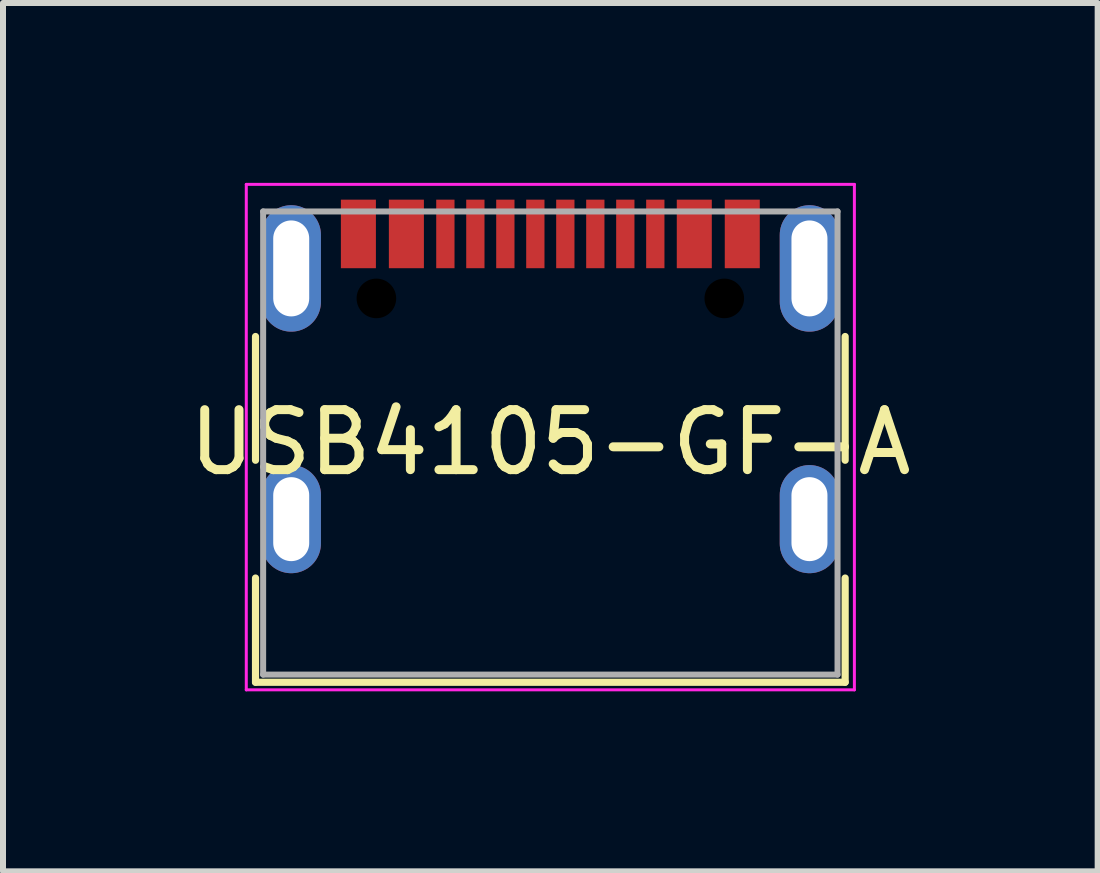
<source format=kicad_pcb>
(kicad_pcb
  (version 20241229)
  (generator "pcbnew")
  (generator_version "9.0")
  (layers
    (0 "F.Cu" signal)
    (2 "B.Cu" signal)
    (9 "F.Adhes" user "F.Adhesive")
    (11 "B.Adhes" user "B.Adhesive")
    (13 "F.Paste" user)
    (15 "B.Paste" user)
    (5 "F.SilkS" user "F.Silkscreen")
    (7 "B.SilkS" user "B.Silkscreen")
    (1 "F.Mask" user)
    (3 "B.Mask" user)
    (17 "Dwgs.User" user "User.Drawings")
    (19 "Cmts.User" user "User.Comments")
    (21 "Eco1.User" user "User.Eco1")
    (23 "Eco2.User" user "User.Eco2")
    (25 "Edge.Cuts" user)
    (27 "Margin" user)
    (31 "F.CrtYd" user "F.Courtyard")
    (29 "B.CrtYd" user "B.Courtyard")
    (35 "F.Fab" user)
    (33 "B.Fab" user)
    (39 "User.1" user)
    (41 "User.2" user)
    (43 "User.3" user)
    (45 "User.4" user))
  (footprint "USB4105-GF-A"
    (layer "F.Cu")
    (at 6.125 1.425)
    (property "Reference" "USB4105-GF-A" (at 0 2.9 0) (layer "F.SilkS") (effects (font (size 1 1) (thickness 0.15))))
    (attr through_hole)
    (fp_line (start -4.915 1.135) (end -4.915 3.198) (stroke (width 0.12) (type solid)) (layer "F.SilkS"))
    (fp_line (start -4.915 5.162) (end -4.915 6.899) (stroke (width 0.12) (type solid)) (layer "F.SilkS"))
    (fp_line (start -4.915 6.899) (end 4.915 6.899) (stroke (width 0.12) (type solid)) (layer "F.SilkS"))
    (fp_line (start 4.915 3.198) (end 4.915 1.135) (stroke (width 0.12) (type solid)) (layer "F.SilkS"))
    (fp_line (start 4.915 6.899) (end 4.915 5.162) (stroke (width 0.12) (type solid)) (layer "F.SilkS"))
    (fp_line (start -5.069 -1.401) (end -5.069 7.026) (stroke (width 0.05) (type solid)) (layer "F.CrtYd"))
    (fp_line (start -5.069 7.026) (end 5.069 7.026) (stroke (width 0.05) (type solid)) (layer "F.CrtYd"))
    (fp_line (start 5.069 -1.401) (end -5.069 -1.401) (stroke (width 0.05) (type solid)) (layer "F.CrtYd"))
    (fp_line (start 5.069 7.026) (end 5.069 -1.401) (stroke (width 0.05) (type solid)) (layer "F.CrtYd"))
    (fp_line (start -4.788 -0.95) (end -4.788 6.772) (stroke (width 0.1) (type solid)) (layer "F.Fab"))
    (fp_line (start -4.788 6.772) (end 4.788 6.772) (stroke (width 0.1) (type solid)) (layer "F.Fab"))
    (fp_line (start 4.788 -0.95) (end -4.788 -0.95) (stroke (width 0.1) (type solid)) (layer "F.Fab"))
    (fp_line (start 4.788 6.772) (end 4.788 -0.95) (stroke (width 0.1) (type solid)) (layer "F.Fab"))
    (pad "" np_thru_hole circle (at -2.9 0.5) (size 0.66 0.66) (drill 0.66) (layers "*.Mask"))
    (pad "" np_thru_hole circle (at 2.9 0.5) (size 0.66 0.66) (drill 0.66) (layers "*.Mask"))
    (pad "13" thru_hole oval (at -4.32 0) (size 0.991 2.108) (drill oval 0.6 1.6) (layers "*.Cu" "*.Mask" "F.Paste"))
    (pad "13" thru_hole oval (at -4.32 4.18) (size 0.991 1.803) (drill oval 0.6 1.4) (layers "*.Cu" "*.Mask" "F.Paste"))
    (pad "13" thru_hole oval (at 4.32 0) (size 0.991 2.108) (drill oval 0.6 1.6) (layers "*.Cu" "*.Mask" "F.Paste"))
    (pad "13" thru_hole oval (at 4.32 4.18) (size 0.991 1.803) (drill oval 0.6 1.4) (layers "*.Cu" "*.Mask" "F.Paste"))
    (pad "A1-B12" smd rect (at -3.2 -0.575) (size 0.584 1.143) (layers "F.Cu" "F.Mask" "F.Paste"))
    (pad "A4-B9" smd rect (at -2.4 -0.575) (size 0.584 1.143) (layers "F.Cu" "F.Mask" "F.Paste"))
    (pad "A5" smd rect (at -1.25 -0.575) (size 0.305 1.143) (layers "F.Cu" "F.Mask" "F.Paste"))
    (pad "A6" smd rect (at -0.25 -0.575) (size 0.305 1.143) (layers "F.Cu" "F.Mask" "F.Paste"))
    (pad "A7" smd rect (at 0.25 -0.575) (size 0.305 1.143) (layers "F.Cu" "F.Mask" "F.Paste"))
    (pad "A8" smd rect (at 1.25 -0.575) (size 0.305 1.143) (layers "F.Cu" "F.Mask" "F.Paste"))
    (pad "B1-A12" smd rect (at 3.2 -0.575) (size 0.584 1.143) (layers "F.Cu" "F.Mask" "F.Paste"))
    (pad "B4-A9" smd rect (at 2.4 -0.575) (size 0.584 1.143) (layers "F.Cu" "F.Mask" "F.Paste"))
    (pad "B5" smd rect (at 1.75 -0.575) (size 0.305 1.143) (layers "F.Cu" "F.Mask" "F.Paste"))
    (pad "B6" smd rect (at 0.75 -0.575) (size 0.305 1.143) (layers "F.Cu" "F.Mask" "F.Paste"))
    (pad "B7" smd rect (at -0.75 -0.575) (size 0.305 1.143) (layers "F.Cu" "F.Mask" "F.Paste"))
    (pad "B8" smd rect (at -1.75 -0.575) (size 0.305 1.143) (layers "F.Cu" "F.Mask" "F.Paste")))
  (gr_rect
    (start -3 -3)
    (end 15.25 11.476)
    (stroke (width 0.1) (type default))
    (fill no)
    (layer "Edge.Cuts")))
</source>
